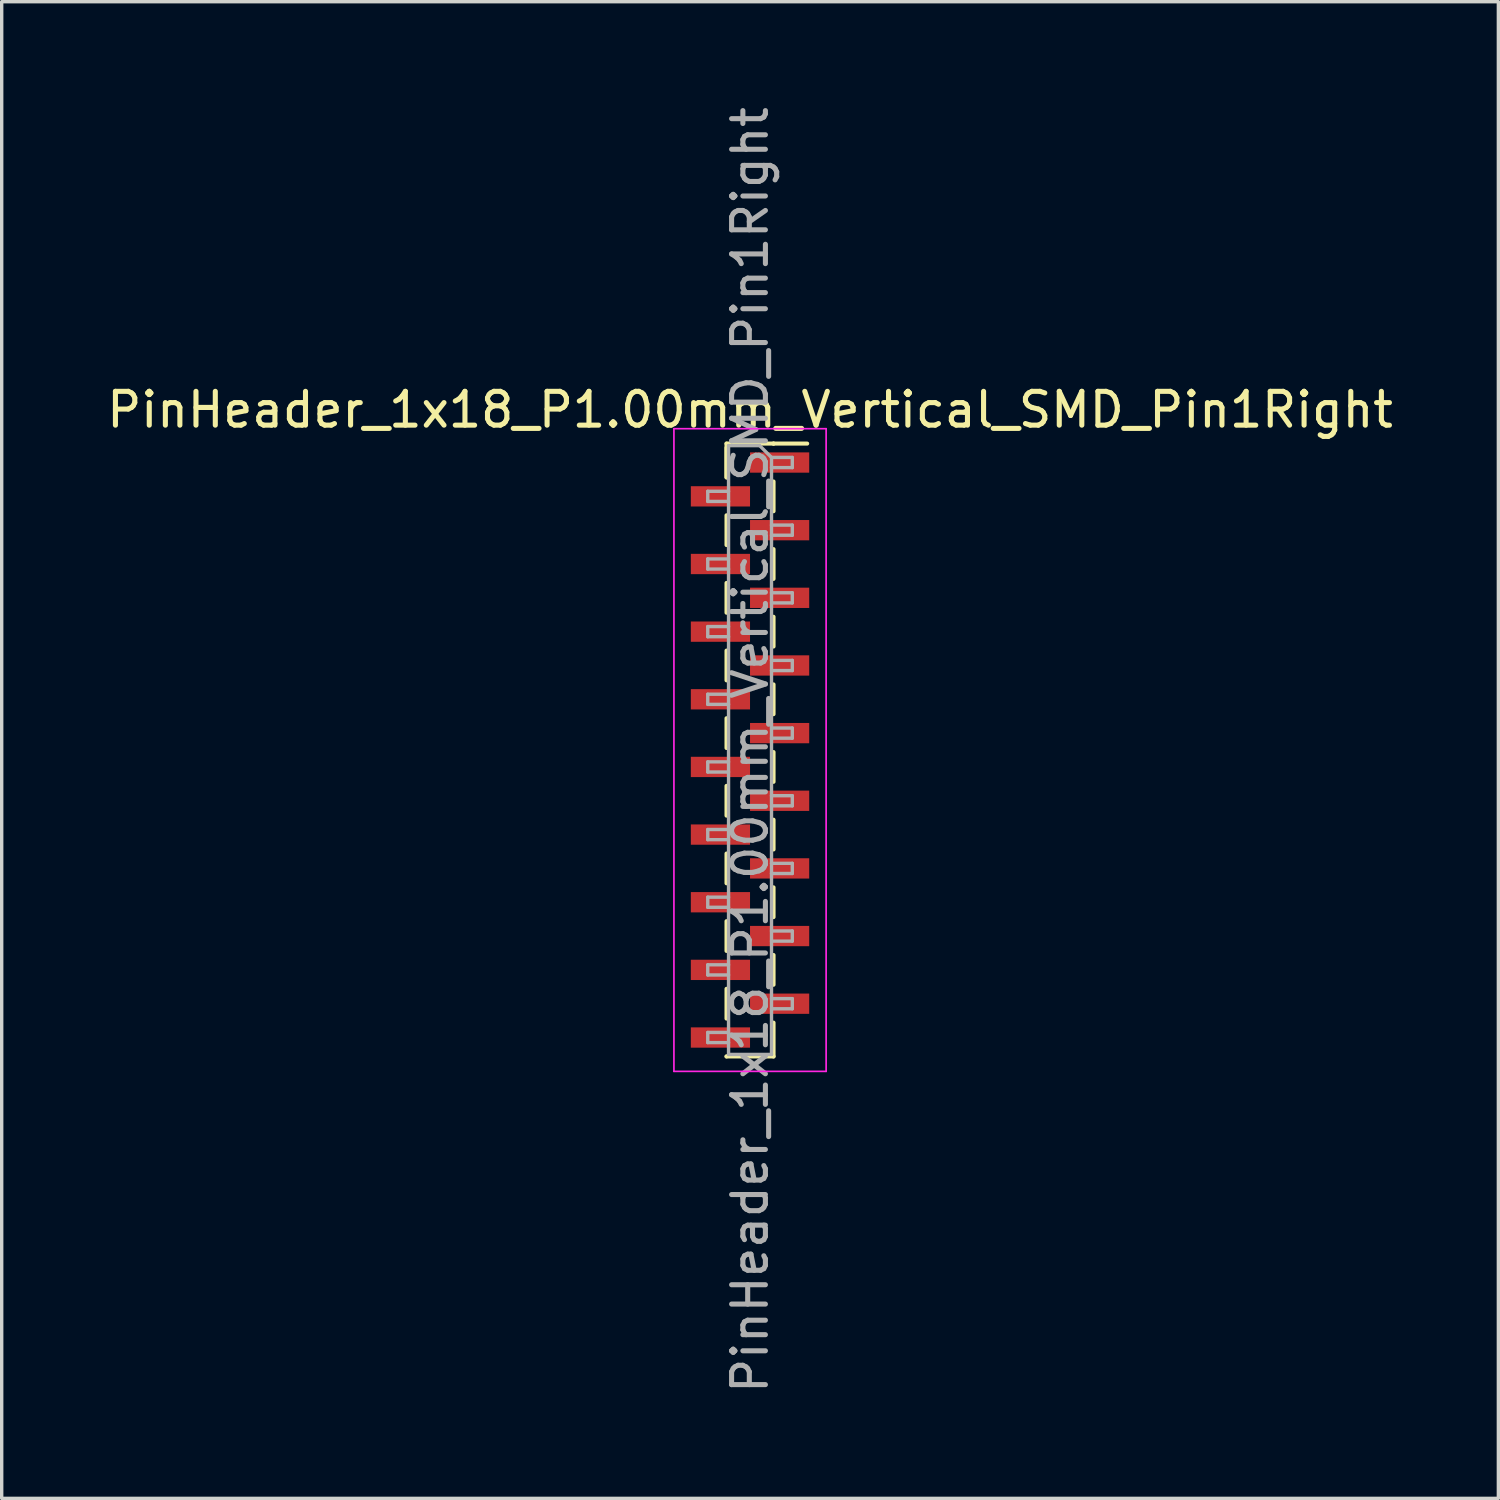
<source format=kicad_pcb>
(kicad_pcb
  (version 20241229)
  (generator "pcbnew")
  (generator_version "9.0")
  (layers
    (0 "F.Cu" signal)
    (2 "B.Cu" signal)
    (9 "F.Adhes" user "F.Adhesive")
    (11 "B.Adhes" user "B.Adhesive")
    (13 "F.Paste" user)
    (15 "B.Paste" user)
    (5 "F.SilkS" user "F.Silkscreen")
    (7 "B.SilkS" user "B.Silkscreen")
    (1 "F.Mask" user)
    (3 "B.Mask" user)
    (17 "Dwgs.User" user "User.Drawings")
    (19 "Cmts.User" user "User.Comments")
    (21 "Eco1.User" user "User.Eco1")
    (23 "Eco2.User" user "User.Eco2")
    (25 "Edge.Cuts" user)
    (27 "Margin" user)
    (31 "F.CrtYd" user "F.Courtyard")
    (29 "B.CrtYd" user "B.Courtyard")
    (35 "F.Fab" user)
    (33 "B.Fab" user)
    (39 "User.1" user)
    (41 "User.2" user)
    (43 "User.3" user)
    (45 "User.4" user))
  (footprint "PinHeader_1x18_P1.00mm_Vertical_SMD_Pin1Right"
    (layer "F.Cu")
    (at 19.125 19.125)
    (property "Reference" "PinHeader_1x18_P1.00mm_Vertical_SMD_Pin1Right" (at 0 -10.06 0) (layer "F.SilkS") (effects (font (size 1 1) (thickness 0.15))))
    (attr smd)
    (fp_line (start -0.695 -9.06) (end -0.695 -8.06) (stroke (width 0.12) (type solid)) (layer "F.SilkS"))
    (fp_line (start -0.695 -9.06) (end 0.695 -9.06) (stroke (width 0.12) (type solid)) (layer "F.SilkS"))
    (fp_line (start -0.695 -8.94) (end -0.695 -8.06) (stroke (width 0.12) (type solid)) (layer "F.SilkS"))
    (fp_line (start -0.695 -6.94) (end -0.695 -6.06) (stroke (width 0.12) (type solid)) (layer "F.SilkS"))
    (fp_line (start -0.695 -4.94) (end -0.695 -4.06) (stroke (width 0.12) (type solid)) (layer "F.SilkS"))
    (fp_line (start -0.695 -2.94) (end -0.695 -2.06) (stroke (width 0.12) (type solid)) (layer "F.SilkS"))
    (fp_line (start -0.695 -0.94) (end -0.695 -0.06) (stroke (width 0.12) (type solid)) (layer "F.SilkS"))
    (fp_line (start -0.695 1.06) (end -0.695 1.94) (stroke (width 0.12) (type solid)) (layer "F.SilkS"))
    (fp_line (start -0.695 3.06) (end -0.695 3.94) (stroke (width 0.12) (type solid)) (layer "F.SilkS"))
    (fp_line (start -0.695 5.06) (end -0.695 5.94) (stroke (width 0.12) (type solid)) (layer "F.SilkS"))
    (fp_line (start -0.695 7.06) (end -0.695 7.94) (stroke (width 0.12) (type solid)) (layer "F.SilkS"))
    (fp_line (start -0.695 9.06) (end -0.695 9.06) (stroke (width 0.12) (type solid)) (layer "F.SilkS"))
    (fp_line (start -0.695 9.06) (end 0.695 9.06) (stroke (width 0.12) (type solid)) (layer "F.SilkS"))
    (fp_line (start 0.695 -9.06) (end 0.695 -9.06) (stroke (width 0.12) (type solid)) (layer "F.SilkS"))
    (fp_line (start 0.695 -9.06) (end 1.69 -9.06) (stroke (width 0.12) (type solid)) (layer "F.SilkS"))
    (fp_line (start 0.695 -7.94) (end 0.695 -7.06) (stroke (width 0.12) (type solid)) (layer "F.SilkS"))
    (fp_line (start 0.695 -5.94) (end 0.695 -5.06) (stroke (width 0.12) (type solid)) (layer "F.SilkS"))
    (fp_line (start 0.695 -3.94) (end 0.695 -3.06) (stroke (width 0.12) (type solid)) (layer "F.SilkS"))
    (fp_line (start 0.695 -1.94) (end 0.695 -1.06) (stroke (width 0.12) (type solid)) (layer "F.SilkS"))
    (fp_line (start 0.695 0.06) (end 0.695 0.94) (stroke (width 0.12) (type solid)) (layer "F.SilkS"))
    (fp_line (start 0.695 2.06) (end 0.695 2.94) (stroke (width 0.12) (type solid)) (layer "F.SilkS"))
    (fp_line (start 0.695 4.06) (end 0.695 4.94) (stroke (width 0.12) (type solid)) (layer "F.SilkS"))
    (fp_line (start 0.695 6.06) (end 0.695 6.94) (stroke (width 0.12) (type solid)) (layer "F.SilkS"))
    (fp_line (start 0.695 8.06) (end 0.695 9.06) (stroke (width 0.12) (type solid)) (layer "F.SilkS"))
    (fp_line (start -2.25 -9.5) (end -2.25 9.5) (stroke (width 0.05) (type solid)) (layer "F.CrtYd"))
    (fp_line (start -2.25 9.5) (end 2.25 9.5) (stroke (width 0.05) (type solid)) (layer "F.CrtYd"))
    (fp_line (start 2.25 -9.5) (end -2.25 -9.5) (stroke (width 0.05) (type solid)) (layer "F.CrtYd"))
    (fp_line (start 2.25 9.5) (end 2.25 -9.5) (stroke (width 0.05) (type solid)) (layer "F.CrtYd"))
    (fp_line (start -1.25 -7.65) (end -1.25 -7.35) (stroke (width 0.1) (type solid)) (layer "F.Fab"))
    (fp_line (start -1.25 -7.35) (end -0.635 -7.35) (stroke (width 0.1) (type solid)) (layer "F.Fab"))
    (fp_line (start -1.25 -5.65) (end -1.25 -5.35) (stroke (width 0.1) (type solid)) (layer "F.Fab"))
    (fp_line (start -1.25 -5.35) (end -0.635 -5.35) (stroke (width 0.1) (type solid)) (layer "F.Fab"))
    (fp_line (start -1.25 -3.65) (end -1.25 -3.35) (stroke (width 0.1) (type solid)) (layer "F.Fab"))
    (fp_line (start -1.25 -3.35) (end -0.635 -3.35) (stroke (width 0.1) (type solid)) (layer "F.Fab"))
    (fp_line (start -1.25 -1.65) (end -1.25 -1.35) (stroke (width 0.1) (type solid)) (layer "F.Fab"))
    (fp_line (start -1.25 -1.35) (end -0.635 -1.35) (stroke (width 0.1) (type solid)) (layer "F.Fab"))
    (fp_line (start -1.25 0.35) (end -1.25 0.65) (stroke (width 0.1) (type solid)) (layer "F.Fab"))
    (fp_line (start -1.25 0.65) (end -0.635 0.65) (stroke (width 0.1) (type solid)) (layer "F.Fab"))
    (fp_line (start -1.25 2.35) (end -1.25 2.65) (stroke (width 0.1) (type solid)) (layer "F.Fab"))
    (fp_line (start -1.25 2.65) (end -0.635 2.65) (stroke (width 0.1) (type solid)) (layer "F.Fab"))
    (fp_line (start -1.25 4.35) (end -1.25 4.65) (stroke (width 0.1) (type solid)) (layer "F.Fab"))
    (fp_line (start -1.25 4.65) (end -0.635 4.65) (stroke (width 0.1) (type solid)) (layer "F.Fab"))
    (fp_line (start -1.25 6.35) (end -1.25 6.65) (stroke (width 0.1) (type solid)) (layer "F.Fab"))
    (fp_line (start -1.25 6.65) (end -0.635 6.65) (stroke (width 0.1) (type solid)) (layer "F.Fab"))
    (fp_line (start -1.25 8.35) (end -1.25 8.65) (stroke (width 0.1) (type solid)) (layer "F.Fab"))
    (fp_line (start -1.25 8.65) (end -0.635 8.65) (stroke (width 0.1) (type solid)) (layer "F.Fab"))
    (fp_line (start -0.635 -9) (end -0.635 9) (stroke (width 0.1) (type solid)) (layer "F.Fab"))
    (fp_line (start -0.635 -9) (end 0.285 -9) (stroke (width 0.1) (type solid)) (layer "F.Fab"))
    (fp_line (start -0.635 -7.65) (end -1.25 -7.65) (stroke (width 0.1) (type solid)) (layer "F.Fab"))
    (fp_line (start -0.635 -5.65) (end -1.25 -5.65) (stroke (width 0.1) (type solid)) (layer "F.Fab"))
    (fp_line (start -0.635 -3.65) (end -1.25 -3.65) (stroke (width 0.1) (type solid)) (layer "F.Fab"))
    (fp_line (start -0.635 -1.65) (end -1.25 -1.65) (stroke (width 0.1) (type solid)) (layer "F.Fab"))
    (fp_line (start -0.635 0.35) (end -1.25 0.35) (stroke (width 0.1) (type solid)) (layer "F.Fab"))
    (fp_line (start -0.635 2.35) (end -1.25 2.35) (stroke (width 0.1) (type solid)) (layer "F.Fab"))
    (fp_line (start -0.635 4.35) (end -1.25 4.35) (stroke (width 0.1) (type solid)) (layer "F.Fab"))
    (fp_line (start -0.635 6.35) (end -1.25 6.35) (stroke (width 0.1) (type solid)) (layer "F.Fab"))
    (fp_line (start -0.635 8.35) (end -1.25 8.35) (stroke (width 0.1) (type solid)) (layer "F.Fab"))
    (fp_line (start 0.635 -8.65) (end 0.285 -9) (stroke (width 0.1) (type solid)) (layer "F.Fab"))
    (fp_line (start 0.635 -8.65) (end 1.25 -8.65) (stroke (width 0.1) (type solid)) (layer "F.Fab"))
    (fp_line (start 0.635 -6.65) (end 1.25 -6.65) (stroke (width 0.1) (type solid)) (layer "F.Fab"))
    (fp_line (start 0.635 -4.65) (end 1.25 -4.65) (stroke (width 0.1) (type solid)) (layer "F.Fab"))
    (fp_line (start 0.635 -2.65) (end 1.25 -2.65) (stroke (width 0.1) (type solid)) (layer "F.Fab"))
    (fp_line (start 0.635 -0.65) (end 1.25 -0.65) (stroke (width 0.1) (type solid)) (layer "F.Fab"))
    (fp_line (start 0.635 1.35) (end 1.25 1.35) (stroke (width 0.1) (type solid)) (layer "F.Fab"))
    (fp_line (start 0.635 3.35) (end 1.25 3.35) (stroke (width 0.1) (type solid)) (layer "F.Fab"))
    (fp_line (start 0.635 5.35) (end 1.25 5.35) (stroke (width 0.1) (type solid)) (layer "F.Fab"))
    (fp_line (start 0.635 7.35) (end 1.25 7.35) (stroke (width 0.1) (type solid)) (layer "F.Fab"))
    (fp_line (start 0.635 9) (end -0.635 9) (stroke (width 0.1) (type solid)) (layer "F.Fab"))
    (fp_line (start 0.635 9) (end 0.635 -8.65) (stroke (width 0.1) (type solid)) (layer "F.Fab"))
    (fp_line (start 1.25 -8.65) (end 1.25 -8.35) (stroke (width 0.1) (type solid)) (layer "F.Fab"))
    (fp_line (start 1.25 -8.35) (end 0.635 -8.35) (stroke (width 0.1) (type solid)) (layer "F.Fab"))
    (fp_line (start 1.25 -6.65) (end 1.25 -6.35) (stroke (width 0.1) (type solid)) (layer "F.Fab"))
    (fp_line (start 1.25 -6.35) (end 0.635 -6.35) (stroke (width 0.1) (type solid)) (layer "F.Fab"))
    (fp_line (start 1.25 -4.65) (end 1.25 -4.35) (stroke (width 0.1) (type solid)) (layer "F.Fab"))
    (fp_line (start 1.25 -4.35) (end 0.635 -4.35) (stroke (width 0.1) (type solid)) (layer "F.Fab"))
    (fp_line (start 1.25 -2.65) (end 1.25 -2.35) (stroke (width 0.1) (type solid)) (layer "F.Fab"))
    (fp_line (start 1.25 -2.35) (end 0.635 -2.35) (stroke (width 0.1) (type solid)) (layer "F.Fab"))
    (fp_line (start 1.25 -0.65) (end 1.25 -0.35) (stroke (width 0.1) (type solid)) (layer "F.Fab"))
    (fp_line (start 1.25 -0.35) (end 0.635 -0.35) (stroke (width 0.1) (type solid)) (layer "F.Fab"))
    (fp_line (start 1.25 1.35) (end 1.25 1.65) (stroke (width 0.1) (type solid)) (layer "F.Fab"))
    (fp_line (start 1.25 1.65) (end 0.635 1.65) (stroke (width 0.1) (type solid)) (layer "F.Fab"))
    (fp_line (start 1.25 3.35) (end 1.25 3.65) (stroke (width 0.1) (type solid)) (layer "F.Fab"))
    (fp_line (start 1.25 3.65) (end 0.635 3.65) (stroke (width 0.1) (type solid)) (layer "F.Fab"))
    (fp_line (start 1.25 5.35) (end 1.25 5.65) (stroke (width 0.1) (type solid)) (layer "F.Fab"))
    (fp_line (start 1.25 5.65) (end 0.635 5.65) (stroke (width 0.1) (type solid)) (layer "F.Fab"))
    (fp_line (start 1.25 7.35) (end 1.25 7.65) (stroke (width 0.1) (type solid)) (layer "F.Fab"))
    (fp_line (start 1.25 7.65) (end 0.635 7.65) (stroke (width 0.1) (type solid)) (layer "F.Fab"))
    (fp_text user "${REFERENCE}" (at 0 0 90) (layer "F.Fab") (effects (font (size 1 1) (thickness 0.15))))
    (pad "1" smd rect (at 0.875 -8.5) (size 1.75 0.6) (layers "F.Cu" "F.Mask" "F.Paste"))
    (pad "2" smd rect (at -0.875 -7.5) (size 1.75 0.6) (layers "F.Cu" "F.Mask" "F.Paste"))
    (pad "3" smd rect (at 0.875 -6.5) (size 1.75 0.6) (layers "F.Cu" "F.Mask" "F.Paste"))
    (pad "4" smd rect (at -0.875 -5.5) (size 1.75 0.6) (layers "F.Cu" "F.Mask" "F.Paste"))
    (pad "5" smd rect (at 0.875 -4.5) (size 1.75 0.6) (layers "F.Cu" "F.Mask" "F.Paste"))
    (pad "6" smd rect (at -0.875 -3.5) (size 1.75 0.6) (layers "F.Cu" "F.Mask" "F.Paste"))
    (pad "7" smd rect (at 0.875 -2.5) (size 1.75 0.6) (layers "F.Cu" "F.Mask" "F.Paste"))
    (pad "8" smd rect (at -0.875 -1.5) (size 1.75 0.6) (layers "F.Cu" "F.Mask" "F.Paste"))
    (pad "9" smd rect (at 0.875 -0.5) (size 1.75 0.6) (layers "F.Cu" "F.Mask" "F.Paste"))
    (pad "10" smd rect (at -0.875 0.5) (size 1.75 0.6) (layers "F.Cu" "F.Mask" "F.Paste"))
    (pad "11" smd rect (at 0.875 1.5) (size 1.75 0.6) (layers "F.Cu" "F.Mask" "F.Paste"))
    (pad "12" smd rect (at -0.875 2.5) (size 1.75 0.6) (layers "F.Cu" "F.Mask" "F.Paste"))
    (pad "13" smd rect (at 0.875 3.5) (size 1.75 0.6) (layers "F.Cu" "F.Mask" "F.Paste"))
    (pad "14" smd rect (at -0.875 4.5) (size 1.75 0.6) (layers "F.Cu" "F.Mask" "F.Paste"))
    (pad "15" smd rect (at 0.875 5.5) (size 1.75 0.6) (layers "F.Cu" "F.Mask" "F.Paste"))
    (pad "16" smd rect (at -0.875 6.5) (size 1.75 0.6) (layers "F.Cu" "F.Mask" "F.Paste"))
    (pad "17" smd rect (at 0.875 7.5) (size 1.75 0.6) (layers "F.Cu" "F.Mask" "F.Paste"))
    (pad "18" smd rect (at -0.875 8.5) (size 1.75 0.6) (layers "F.Cu" "F.Mask" "F.Paste")))
  (gr_rect
    (start -3 -3)
    (end 41.25 41.25)
    (stroke (width 0.1) (type default))
    (fill no)
    (layer "Edge.Cuts")))
</source>
